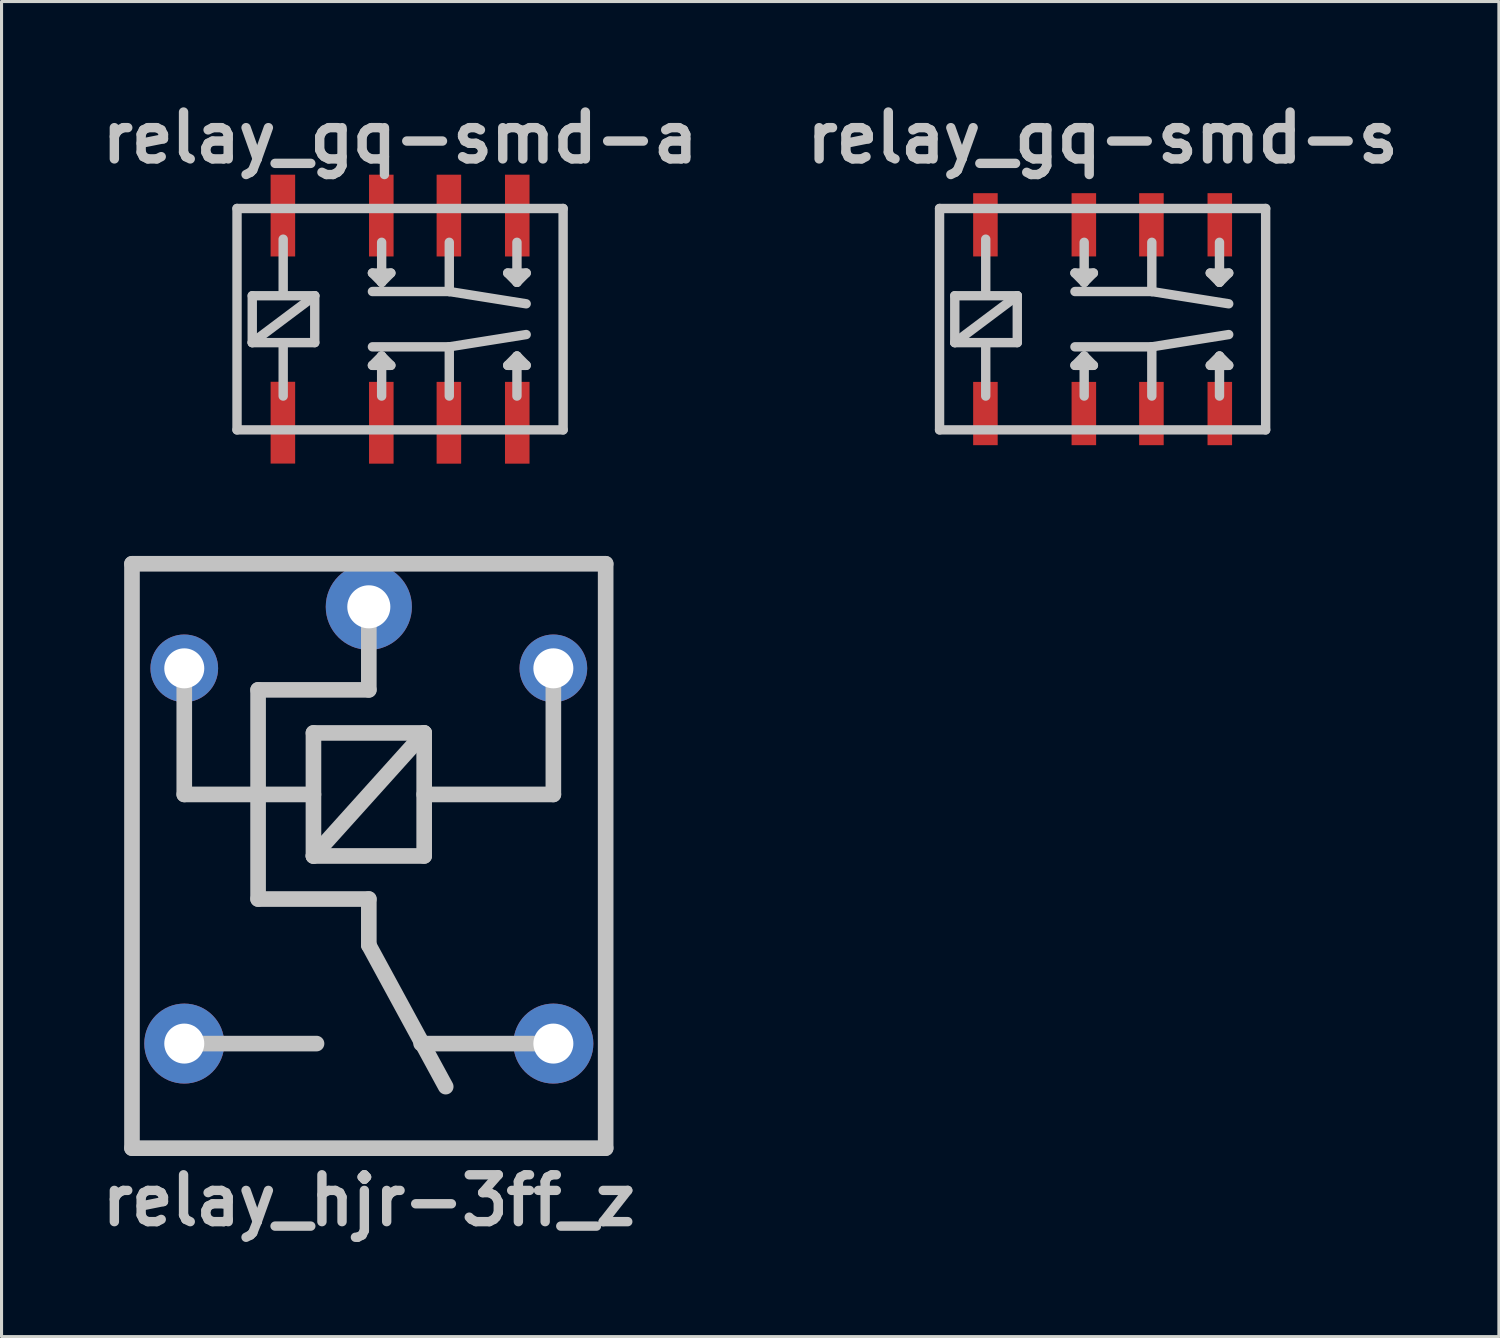
<source format=kicad_pcb>
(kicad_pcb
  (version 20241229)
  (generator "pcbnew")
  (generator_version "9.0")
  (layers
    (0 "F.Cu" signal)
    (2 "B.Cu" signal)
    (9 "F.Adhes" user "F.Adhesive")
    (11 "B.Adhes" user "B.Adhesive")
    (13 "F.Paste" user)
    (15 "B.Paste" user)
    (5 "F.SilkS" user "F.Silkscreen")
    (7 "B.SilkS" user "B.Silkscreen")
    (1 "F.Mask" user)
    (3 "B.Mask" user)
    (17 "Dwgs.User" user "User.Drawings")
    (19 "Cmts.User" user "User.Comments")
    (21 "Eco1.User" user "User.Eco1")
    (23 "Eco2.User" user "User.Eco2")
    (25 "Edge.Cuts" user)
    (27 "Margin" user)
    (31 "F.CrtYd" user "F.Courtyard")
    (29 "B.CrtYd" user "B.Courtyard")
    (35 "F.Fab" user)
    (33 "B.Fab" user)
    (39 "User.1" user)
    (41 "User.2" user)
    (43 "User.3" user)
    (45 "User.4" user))
  (footprint "relay_gq-smd-a"
    (layer "F.Cu")
    (at 9.957 7.327)
    (property "Reference" "relay_gq-smd-a" (at 0 -5.9 0) (layer "Dwgs.User") (effects (font (size 1.524 1.524) (thickness 0.305))))
    (attr through_hole)
    (fp_line (start -5.301 -3.599) (end 5.301 -3.599) (stroke (width 0.305) (type solid)) (layer "Dwgs.User"))
    (fp_line (start -5.301 3.599) (end -5.301 -3.599) (stroke (width 0.305) (type solid)) (layer "Dwgs.User"))
    (fp_line (start -4.806 -0.762) (end -2.774 -0.762) (stroke (width 0.305) (type solid)) (layer "Dwgs.User"))
    (fp_line (start -4.806 0.762) (end -4.806 -0.762) (stroke (width 0.305) (type solid)) (layer "Dwgs.User"))
    (fp_line (start -4.806 0.762) (end -2.774 -0.762) (stroke (width 0.305) (type solid)) (layer "Dwgs.User"))
    (fp_line (start -3.8 -2.601) (end -3.8 -0.8) (stroke (width 0.305) (type solid)) (layer "Dwgs.User"))
    (fp_line (start -3.8 2.499) (end -3.8 0.8) (stroke (width 0.305) (type solid)) (layer "Dwgs.User"))
    (fp_line (start -2.774 -0.762) (end -2.774 0.762) (stroke (width 0.305) (type solid)) (layer "Dwgs.User"))
    (fp_line (start -2.774 0.762) (end -4.806 0.762) (stroke (width 0.305) (type solid)) (layer "Dwgs.User"))
    (fp_line (start -0.899 0.899) (end 1.6 0.899) (stroke (width 0.305) (type solid)) (layer "Dwgs.User"))
    (fp_line (start -0.899 1.501) (end -0.3 1.501) (stroke (width 0.305) (type solid)) (layer "Dwgs.User"))
    (fp_line (start -0.599 -2.499) (end -0.599 -1.199) (stroke (width 0.305) (type solid)) (layer "Dwgs.User"))
    (fp_line (start -0.599 -1.199) (end -0.899 -1.501) (stroke (width 0.305) (type solid)) (layer "Dwgs.User"))
    (fp_line (start -0.599 -1.199) (end -0.3 -1.501) (stroke (width 0.305) (type solid)) (layer "Dwgs.User"))
    (fp_line (start -0.599 1.199) (end -0.899 1.501) (stroke (width 0.305) (type solid)) (layer "Dwgs.User"))
    (fp_line (start -0.599 2.499) (end -0.599 1.199) (stroke (width 0.305) (type solid)) (layer "Dwgs.User"))
    (fp_line (start -0.3 -1.501) (end -0.899 -1.501) (stroke (width 0.305) (type solid)) (layer "Dwgs.User"))
    (fp_line (start -0.3 1.501) (end -0.599 1.199) (stroke (width 0.305) (type solid)) (layer "Dwgs.User"))
    (fp_line (start 1.6 -2.499) (end 1.6 -0.899) (stroke (width 0.305) (type solid)) (layer "Dwgs.User"))
    (fp_line (start 1.6 -0.899) (end -0.899 -0.899) (stroke (width 0.305) (type solid)) (layer "Dwgs.User"))
    (fp_line (start 1.6 -0.899) (end 4.1 -0.5) (stroke (width 0.305) (type solid)) (layer "Dwgs.User"))
    (fp_line (start 1.6 0.899) (end 1.6 2.499) (stroke (width 0.305) (type solid)) (layer "Dwgs.User"))
    (fp_line (start 1.6 0.899) (end 4.1 0.5) (stroke (width 0.305) (type solid)) (layer "Dwgs.User"))
    (fp_line (start 3.5 1.501) (end 4.1 1.501) (stroke (width 0.305) (type solid)) (layer "Dwgs.User"))
    (fp_line (start 3.8 -2.499) (end 3.8 -1.199) (stroke (width 0.305) (type solid)) (layer "Dwgs.User"))
    (fp_line (start 3.8 -1.199) (end 3.5 -1.501) (stroke (width 0.305) (type solid)) (layer "Dwgs.User"))
    (fp_line (start 3.8 -1.199) (end 4.1 -1.501) (stroke (width 0.305) (type solid)) (layer "Dwgs.User"))
    (fp_line (start 3.8 1.199) (end 3.5 1.501) (stroke (width 0.305) (type solid)) (layer "Dwgs.User"))
    (fp_line (start 3.8 2.499) (end 3.8 1.199) (stroke (width 0.305) (type solid)) (layer "Dwgs.User"))
    (fp_line (start 4.1 -1.501) (end 3.5 -1.501) (stroke (width 0.305) (type solid)) (layer "Dwgs.User"))
    (fp_line (start 4.1 1.501) (end 3.8 1.199) (stroke (width 0.305) (type solid)) (layer "Dwgs.User"))
    (fp_line (start 5.301 -3.599) (end 5.301 3.599) (stroke (width 0.305) (type solid)) (layer "Dwgs.User"))
    (fp_line (start 5.301 3.599) (end -5.301 3.599) (stroke (width 0.305) (type solid)) (layer "Dwgs.User"))
    (pad "1" smd rect (at -3.81 3.365) (size 0.798 2.659) (layers "F.Cu" "F.Mask" "F.Paste"))
    (pad "2" smd rect (at -0.61 3.368) (size 0.798 2.659) (layers "F.Cu" "F.Mask" "F.Paste"))
    (pad "3" smd rect (at 1.587 3.368) (size 0.798 2.659) (layers "F.Cu" "F.Mask" "F.Paste"))
    (pad "4" smd rect (at 3.81 3.368) (size 0.798 2.659) (layers "F.Cu" "F.Mask" "F.Paste"))
    (pad "5" smd rect (at 3.81 -3.368) (size 0.798 2.659) (layers "F.Cu" "F.Mask" "F.Paste"))
    (pad "6" smd rect (at 1.587 -3.368) (size 0.798 2.659) (layers "F.Cu" "F.Mask" "F.Paste"))
    (pad "7" smd rect (at -0.61 -3.368) (size 0.798 2.659) (layers "F.Cu" "F.Mask" "F.Paste"))
    (pad "8" smd rect (at -3.81 -3.368) (size 0.798 2.659) (layers "F.Cu" "F.Mask" "F.Paste")))
  (footprint "relay_gq-smd-s"
    (layer "F.Cu")
    (at 32.798 7.327)
    (property "Reference" "relay_gq-smd-s" (at 0 -5.9 0) (layer "Dwgs.User") (effects (font (size 1.524 1.524) (thickness 0.305))))
    (attr through_hole)
    (fp_line (start -5.301 -3.599) (end 5.301 -3.599) (stroke (width 0.305) (type solid)) (layer "Dwgs.User"))
    (fp_line (start -5.301 3.599) (end -5.301 -3.599) (stroke (width 0.305) (type solid)) (layer "Dwgs.User"))
    (fp_line (start -4.806 -0.762) (end -2.774 -0.762) (stroke (width 0.305) (type solid)) (layer "Dwgs.User"))
    (fp_line (start -4.806 0.762) (end -4.806 -0.762) (stroke (width 0.305) (type solid)) (layer "Dwgs.User"))
    (fp_line (start -4.806 0.762) (end -2.774 -0.762) (stroke (width 0.305) (type solid)) (layer "Dwgs.User"))
    (fp_line (start -3.8 -2.601) (end -3.8 -0.8) (stroke (width 0.305) (type solid)) (layer "Dwgs.User"))
    (fp_line (start -3.8 2.499) (end -3.8 0.8) (stroke (width 0.305) (type solid)) (layer "Dwgs.User"))
    (fp_line (start -2.774 -0.762) (end -2.774 0.762) (stroke (width 0.305) (type solid)) (layer "Dwgs.User"))
    (fp_line (start -2.774 0.762) (end -4.806 0.762) (stroke (width 0.305) (type solid)) (layer "Dwgs.User"))
    (fp_line (start -0.899 0.899) (end 1.6 0.899) (stroke (width 0.305) (type solid)) (layer "Dwgs.User"))
    (fp_line (start -0.899 1.501) (end -0.3 1.501) (stroke (width 0.305) (type solid)) (layer "Dwgs.User"))
    (fp_line (start -0.599 -2.499) (end -0.599 -1.199) (stroke (width 0.305) (type solid)) (layer "Dwgs.User"))
    (fp_line (start -0.599 -1.199) (end -0.899 -1.501) (stroke (width 0.305) (type solid)) (layer "Dwgs.User"))
    (fp_line (start -0.599 -1.199) (end -0.3 -1.501) (stroke (width 0.305) (type solid)) (layer "Dwgs.User"))
    (fp_line (start -0.599 1.199) (end -0.899 1.501) (stroke (width 0.305) (type solid)) (layer "Dwgs.User"))
    (fp_line (start -0.599 2.499) (end -0.599 1.199) (stroke (width 0.305) (type solid)) (layer "Dwgs.User"))
    (fp_line (start -0.3 -1.501) (end -0.899 -1.501) (stroke (width 0.305) (type solid)) (layer "Dwgs.User"))
    (fp_line (start -0.3 1.501) (end -0.599 1.199) (stroke (width 0.305) (type solid)) (layer "Dwgs.User"))
    (fp_line (start 1.6 -2.499) (end 1.6 -0.899) (stroke (width 0.305) (type solid)) (layer "Dwgs.User"))
    (fp_line (start 1.6 -0.899) (end -0.899 -0.899) (stroke (width 0.305) (type solid)) (layer "Dwgs.User"))
    (fp_line (start 1.6 -0.899) (end 4.1 -0.5) (stroke (width 0.305) (type solid)) (layer "Dwgs.User"))
    (fp_line (start 1.6 0.899) (end 1.6 2.499) (stroke (width 0.305) (type solid)) (layer "Dwgs.User"))
    (fp_line (start 1.6 0.899) (end 4.1 0.5) (stroke (width 0.305) (type solid)) (layer "Dwgs.User"))
    (fp_line (start 3.5 1.501) (end 4.1 1.501) (stroke (width 0.305) (type solid)) (layer "Dwgs.User"))
    (fp_line (start 3.8 -2.499) (end 3.8 -1.199) (stroke (width 0.305) (type solid)) (layer "Dwgs.User"))
    (fp_line (start 3.8 -1.199) (end 3.5 -1.501) (stroke (width 0.305) (type solid)) (layer "Dwgs.User"))
    (fp_line (start 3.8 -1.199) (end 4.1 -1.501) (stroke (width 0.305) (type solid)) (layer "Dwgs.User"))
    (fp_line (start 3.8 1.199) (end 3.5 1.501) (stroke (width 0.305) (type solid)) (layer "Dwgs.User"))
    (fp_line (start 3.8 2.499) (end 3.8 1.199) (stroke (width 0.305) (type solid)) (layer "Dwgs.User"))
    (fp_line (start 4.1 -1.501) (end 3.5 -1.501) (stroke (width 0.305) (type solid)) (layer "Dwgs.User"))
    (fp_line (start 4.1 1.501) (end 3.8 1.199) (stroke (width 0.305) (type solid)) (layer "Dwgs.User"))
    (fp_line (start 5.301 -3.599) (end 5.301 3.599) (stroke (width 0.305) (type solid)) (layer "Dwgs.User"))
    (fp_line (start 5.301 3.599) (end -5.301 3.599) (stroke (width 0.305) (type solid)) (layer "Dwgs.User"))
    (pad "1" smd rect (at -3.81 3.068) (size 0.798 2.057) (layers "F.Cu" "F.Mask" "F.Paste"))
    (pad "2" smd rect (at -0.61 3.068) (size 0.798 2.057) (layers "F.Cu" "F.Mask" "F.Paste"))
    (pad "3" smd rect (at 1.587 3.068) (size 0.798 2.057) (layers "F.Cu" "F.Mask" "F.Paste"))
    (pad "4" smd rect (at 3.81 3.068) (size 0.798 2.057) (layers "F.Cu" "F.Mask" "F.Paste"))
    (pad "5" smd rect (at 3.81 -3.068) (size 0.798 2.057) (layers "F.Cu" "F.Mask" "F.Paste"))
    (pad "6" smd rect (at 1.587 -3.068) (size 0.798 2.057) (layers "F.Cu" "F.Mask" "F.Paste"))
    (pad "7" smd rect (at -0.61 -3.068) (size 0.798 2.057) (layers "F.Cu" "F.Mask" "F.Paste"))
    (pad "8" smd rect (at -3.81 -3.068) (size 0.798 2.057) (layers "F.Cu" "F.Mask" "F.Paste")))
  (footprint "relay_hjr-3ff_z"
    (layer "F.Cu")
    (at 8.941 24.779)
    (property "Reference" "relay_hjr-3ff_z" (at 0 11.2 0) (layer "Dwgs.User") (effects (font (size 1.524 1.524) (thickness 0.305))))
    (attr through_hole)
    (fp_line (start -7.7 -9.5) (end -7.7 9.5) (stroke (width 0.508) (type solid)) (layer "Dwgs.User"))
    (fp_line (start -7.7 -9.5) (end 7.7 -9.5) (stroke (width 0.508) (type solid)) (layer "Dwgs.User"))
    (fp_line (start -7.7 9.5) (end 7.7 9.5) (stroke (width 0.508) (type solid)) (layer "Dwgs.User"))
    (fp_line (start -6 -6.1) (end -6 -2) (stroke (width 0.508) (type solid)) (layer "Dwgs.User"))
    (fp_line (start -3.6 1.4) (end -3.6 -5.4) (stroke (width 0.508) (type solid)) (layer "Dwgs.User"))
    (fp_line (start -1.8 -4) (end 1.8 -4) (stroke (width 0.508) (type solid)) (layer "Dwgs.User"))
    (fp_line (start -1.8 -2) (end -6 -2) (stroke (width 0.508) (type solid)) (layer "Dwgs.User"))
    (fp_line (start -1.8 0) (end -1.8 -4) (stroke (width 0.508) (type solid)) (layer "Dwgs.User"))
    (fp_line (start -1.8 0) (end 1.8 -4) (stroke (width 0.508) (type solid)) (layer "Dwgs.User"))
    (fp_line (start -1.7 6.1) (end -6 6.1) (stroke (width 0.508) (type solid)) (layer "Dwgs.User"))
    (fp_line (start 0 -8.1) (end 0 -5.4) (stroke (width 0.508) (type solid)) (layer "Dwgs.User"))
    (fp_line (start 0 -5.4) (end -3.6 -5.4) (stroke (width 0.508) (type solid)) (layer "Dwgs.User"))
    (fp_line (start 0 1.4) (end -3.6 1.4) (stroke (width 0.508) (type solid)) (layer "Dwgs.User"))
    (fp_line (start 0 1.4) (end 0 2.9) (stroke (width 0.508) (type solid)) (layer "Dwgs.User"))
    (fp_line (start 0 2.9) (end 2.5 7.5) (stroke (width 0.508) (type solid)) (layer "Dwgs.User"))
    (fp_line (start 1.8 -4) (end 1.8 0) (stroke (width 0.508) (type solid)) (layer "Dwgs.User"))
    (fp_line (start 1.8 0) (end -1.8 0) (stroke (width 0.508) (type solid)) (layer "Dwgs.User"))
    (fp_line (start 6 -6.1) (end 6 -2) (stroke (width 0.508) (type solid)) (layer "Dwgs.User"))
    (fp_line (start 6 -2) (end 1.8 -2) (stroke (width 0.508) (type solid)) (layer "Dwgs.User"))
    (fp_line (start 6 6.1) (end 1.7 6.1) (stroke (width 0.508) (type solid)) (layer "Dwgs.User"))
    (fp_line (start 7.7 -9.5) (end 7.7 9.5) (stroke (width 0.508) (type solid)) (layer "Dwgs.User"))
    (pad "1" thru_hole circle (at 0 -8.1) (size 2.8 2.8) (drill 1.4) (layers "*.Cu" "*.Mask"))
    (pad "2" thru_hole circle (at -6 -6.1) (size 2.2 2.2) (drill 1.3) (layers "*.Cu" "*.Mask"))
    (pad "3" thru_hole circle (at -6 6.1) (size 2.6 2.6) (drill 1.3) (layers "*.Cu" "*.Mask"))
    (pad "4" thru_hole circle (at 6 6.1) (size 2.6 2.6) (drill 1.3) (layers "*.Cu" "*.Mask"))
    (pad "5" thru_hole circle (at 6 -6.1) (size 2.2 2.2) (drill 1.3) (layers "*.Cu" "*.Mask")))
  (gr_rect
    (start -3 -3)
    (end 45.682 40.405)
    (stroke (width 0.1) (type default))
    (fill no)
    (layer "Edge.Cuts")))
</source>
